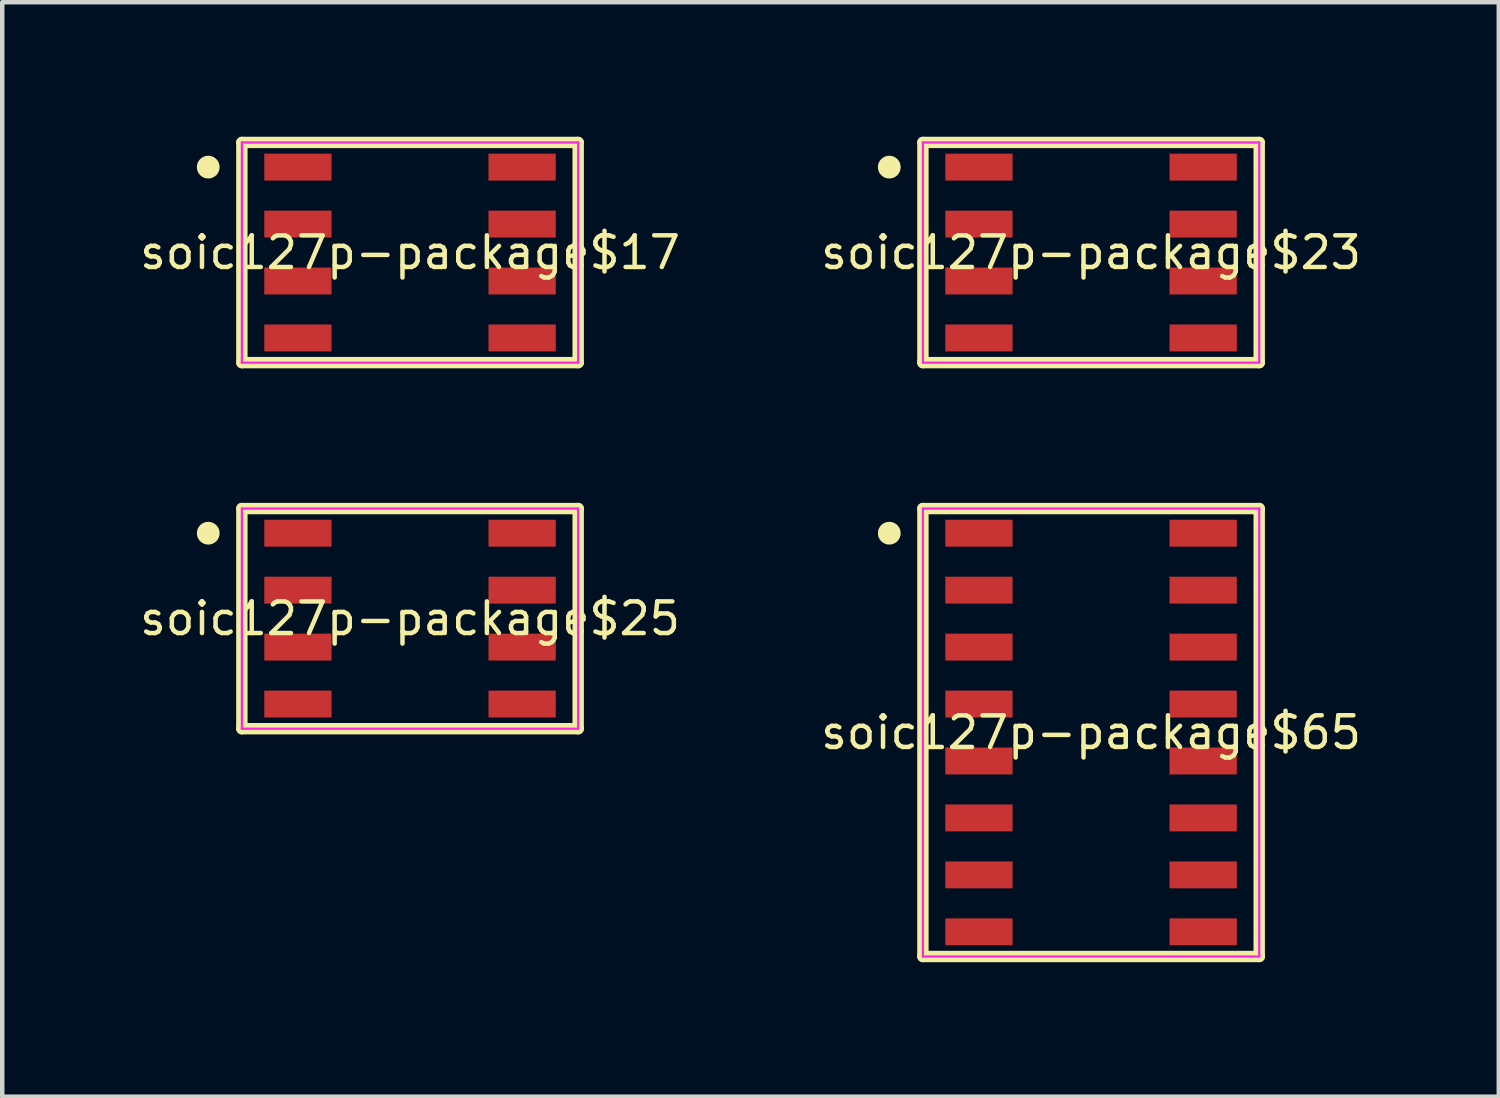
<source format=kicad_pcb>
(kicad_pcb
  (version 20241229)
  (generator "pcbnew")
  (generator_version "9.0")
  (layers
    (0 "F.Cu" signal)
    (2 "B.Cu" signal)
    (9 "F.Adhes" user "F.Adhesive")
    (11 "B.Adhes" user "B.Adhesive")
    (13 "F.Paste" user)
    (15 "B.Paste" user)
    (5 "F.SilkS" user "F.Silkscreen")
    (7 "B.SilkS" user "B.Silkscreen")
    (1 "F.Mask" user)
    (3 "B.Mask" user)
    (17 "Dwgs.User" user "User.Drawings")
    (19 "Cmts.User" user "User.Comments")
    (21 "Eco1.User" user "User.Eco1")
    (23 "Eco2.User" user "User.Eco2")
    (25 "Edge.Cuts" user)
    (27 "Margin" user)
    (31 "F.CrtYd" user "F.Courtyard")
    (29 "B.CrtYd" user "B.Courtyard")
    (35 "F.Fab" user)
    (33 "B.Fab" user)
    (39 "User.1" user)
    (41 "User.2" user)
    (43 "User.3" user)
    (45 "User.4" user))
  (footprint "soic127p-package$25"
    (layer "F.Cu")
    (at 6.094 10.746)
    (property "Reference" "soic127p-package$25" (at 0 0 0) (layer "F.SilkS") (effects (font (size 0.706 0.706) (thickness 0.1))))
    (attr through_hole)
    (fp_poly (pts (xy -3.25 -2.205) (xy -3.25 -1.605) (xy -1.75 -1.605) (xy -1.75 -2.205)) (stroke (width 0) (type solid)) (fill yes) (layer "F.Mask"))
    (fp_poly (pts (xy -3.25 -0.935) (xy -3.25 -0.335) (xy -1.75 -0.335) (xy -1.75 -0.935)) (stroke (width 0) (type solid)) (fill yes) (layer "F.Mask"))
    (fp_poly (pts (xy -3.25 0.335) (xy -3.25 0.935) (xy -1.75 0.935) (xy -1.75 0.335)) (stroke (width 0) (type solid)) (fill yes) (layer "F.Mask"))
    (fp_poly (pts (xy -3.25 1.605) (xy -3.25 2.205) (xy -1.75 2.205) (xy -1.75 1.605)) (stroke (width 0) (type solid)) (fill yes) (layer "F.Mask"))
    (fp_poly (pts (xy 3.25 -1.605) (xy 3.25 -2.205) (xy 1.75 -2.205) (xy 1.75 -1.605)) (stroke (width 0) (type solid)) (fill yes) (layer "F.Mask"))
    (fp_poly (pts (xy 3.25 -0.335) (xy 3.25 -0.935) (xy 1.75 -0.935) (xy 1.75 -0.335)) (stroke (width 0) (type solid)) (fill yes) (layer "F.Mask"))
    (fp_poly (pts (xy 3.25 0.935) (xy 3.25 0.335) (xy 1.75 0.335) (xy 1.75 0.935)) (stroke (width 0) (type solid)) (fill yes) (layer "F.Mask"))
    (fp_poly (pts (xy 3.25 2.205) (xy 3.25 1.605) (xy 1.75 1.605) (xy 1.75 2.205)) (stroke (width 0) (type solid)) (fill yes) (layer "F.Mask"))
    (fp_line (start -3.75 -2.455) (end -3.75 2.455) (stroke (width 0.254) (type solid)) (layer "F.SilkS"))
    (fp_line (start -3.75 2.455) (end 3.75 2.455) (stroke (width 0.254) (type solid)) (layer "F.SilkS"))
    (fp_line (start 3.75 -2.455) (end -3.75 -2.455) (stroke (width 0.254) (type solid)) (layer "F.SilkS"))
    (fp_line (start 3.75 2.455) (end 3.75 -2.455) (stroke (width 0.254) (type solid)) (layer "F.SilkS"))
    (fp_poly (pts (xy -4.246 -1.905) (xy -4.251 -1.955) (xy -4.265 -2.002) (xy -4.289 -2.046) (xy -4.32 -2.085) (xy -4.359 -2.116) (xy -4.403 -2.14) (xy -4.45 -2.154) (xy -4.5 -2.159) (xy -4.55 -2.154) (xy -4.597 -2.14) (xy -4.641 -2.116) (xy -4.68 -2.085) (xy -4.711 -2.046) (xy -4.735 -2.002) (xy -4.749 -1.955) (xy -4.754 -1.905) (xy -4.749 -1.855) (xy -4.735 -1.808) (xy -4.711 -1.764) (xy -4.68 -1.725) (xy -4.641 -1.694) (xy -4.597 -1.67) (xy -4.55 -1.656) (xy -4.5 -1.651) (xy -4.45 -1.656) (xy -4.403 -1.67) (xy -4.359 -1.694) (xy -4.32 -1.725) (xy -4.289 -1.764) (xy -4.265 -1.808) (xy -4.251 -1.855)) (stroke (width 0) (type solid)) (fill yes) (layer "F.SilkS"))
    (fp_poly (pts (xy -3.25 -2.205) (xy -3.25 -1.605) (xy -1.75 -1.605) (xy -1.75 -2.205)) (stroke (width 0) (type solid)) (fill yes) (layer "F.Paste"))
    (fp_poly (pts (xy -3.25 -0.935) (xy -3.25 -0.335) (xy -1.75 -0.335) (xy -1.75 -0.935)) (stroke (width 0) (type solid)) (fill yes) (layer "F.Paste"))
    (fp_poly (pts (xy -3.25 0.335) (xy -3.25 0.935) (xy -1.75 0.935) (xy -1.75 0.335)) (stroke (width 0) (type solid)) (fill yes) (layer "F.Paste"))
    (fp_poly (pts (xy -3.25 1.605) (xy -3.25 2.205) (xy -1.75 2.205) (xy -1.75 1.605)) (stroke (width 0) (type solid)) (fill yes) (layer "F.Paste"))
    (fp_poly (pts (xy 3.25 -1.605) (xy 3.25 -2.205) (xy 1.75 -2.205) (xy 1.75 -1.605)) (stroke (width 0) (type solid)) (fill yes) (layer "F.Paste"))
    (fp_poly (pts (xy 3.25 -0.335) (xy 3.25 -0.935) (xy 1.75 -0.935) (xy 1.75 -0.335)) (stroke (width 0) (type solid)) (fill yes) (layer "F.Paste"))
    (fp_poly (pts (xy 3.25 0.935) (xy 3.25 0.335) (xy 1.75 0.335) (xy 1.75 0.935)) (stroke (width 0) (type solid)) (fill yes) (layer "F.Paste"))
    (fp_poly (pts (xy 3.25 2.205) (xy 3.25 1.605) (xy 1.75 1.605) (xy 1.75 2.205)) (stroke (width 0) (type solid)) (fill yes) (layer "F.Paste"))
    (fp_line (start -3.75 -2.455) (end -3.75 2.455) (stroke (width 0.05) (type solid)) (layer "F.CrtYd"))
    (fp_line (start -3.75 2.455) (end 3.75 2.455) (stroke (width 0.05) (type solid)) (layer "F.CrtYd"))
    (fp_line (start 3.75 -2.455) (end -3.75 -2.455) (stroke (width 0.05) (type solid)) (layer "F.CrtYd"))
    (fp_line (start 3.75 2.455) (end 3.75 -2.455) (stroke (width 0.05) (type solid)) (layer "F.CrtYd"))
    (pad "1" smd rect (at -2.5 -1.905 270) (size 0.6 1.5) (layers "F.Cu"))
    (pad "2" smd rect (at -2.5 -0.635 270) (size 0.6 1.5) (layers "F.Cu"))
    (pad "3" smd rect (at -2.5 0.635 270) (size 0.6 1.5) (layers "F.Cu"))
    (pad "4" smd rect (at -2.5 1.905 270) (size 0.6 1.5) (layers "F.Cu"))
    (pad "5" smd rect (at 2.5 1.905 90) (size 0.6 1.5) (layers "F.Cu"))
    (pad "6" smd rect (at 2.5 0.635 90) (size 0.6 1.5) (layers "F.Cu"))
    (pad "7" smd rect (at 2.5 -0.635 90) (size 0.6 1.5) (layers "F.Cu"))
    (pad "8" smd rect (at 2.5 -1.905 90) (size 0.6 1.5) (layers "F.Cu")))
  (footprint "soic127p-package$17"
    (layer "F.Cu")
    (at 6.094 2.582)
    (property "Reference" "soic127p-package$17" (at 0 0 0) (layer "F.SilkS") (effects (font (size 0.706 0.706) (thickness 0.1))))
    (attr through_hole)
    (fp_poly (pts (xy -3.25 -2.205) (xy -3.25 -1.605) (xy -1.75 -1.605) (xy -1.75 -2.205)) (stroke (width 0) (type solid)) (fill yes) (layer "F.Mask"))
    (fp_poly (pts (xy -3.25 -0.935) (xy -3.25 -0.335) (xy -1.75 -0.335) (xy -1.75 -0.935)) (stroke (width 0) (type solid)) (fill yes) (layer "F.Mask"))
    (fp_poly (pts (xy -3.25 0.335) (xy -3.25 0.935) (xy -1.75 0.935) (xy -1.75 0.335)) (stroke (width 0) (type solid)) (fill yes) (layer "F.Mask"))
    (fp_poly (pts (xy -3.25 1.605) (xy -3.25 2.205) (xy -1.75 2.205) (xy -1.75 1.605)) (stroke (width 0) (type solid)) (fill yes) (layer "F.Mask"))
    (fp_poly (pts (xy 3.25 -1.605) (xy 3.25 -2.205) (xy 1.75 -2.205) (xy 1.75 -1.605)) (stroke (width 0) (type solid)) (fill yes) (layer "F.Mask"))
    (fp_poly (pts (xy 3.25 -0.335) (xy 3.25 -0.935) (xy 1.75 -0.935) (xy 1.75 -0.335)) (stroke (width 0) (type solid)) (fill yes) (layer "F.Mask"))
    (fp_poly (pts (xy 3.25 0.935) (xy 3.25 0.335) (xy 1.75 0.335) (xy 1.75 0.935)) (stroke (width 0) (type solid)) (fill yes) (layer "F.Mask"))
    (fp_poly (pts (xy 3.25 2.205) (xy 3.25 1.605) (xy 1.75 1.605) (xy 1.75 2.205)) (stroke (width 0) (type solid)) (fill yes) (layer "F.Mask"))
    (fp_line (start -3.75 -2.455) (end -3.75 2.455) (stroke (width 0.254) (type solid)) (layer "F.SilkS"))
    (fp_line (start -3.75 2.455) (end 3.75 2.455) (stroke (width 0.254) (type solid)) (layer "F.SilkS"))
    (fp_line (start 3.75 -2.455) (end -3.75 -2.455) (stroke (width 0.254) (type solid)) (layer "F.SilkS"))
    (fp_line (start 3.75 2.455) (end 3.75 -2.455) (stroke (width 0.254) (type solid)) (layer "F.SilkS"))
    (fp_poly (pts (xy -4.246 -1.905) (xy -4.251 -1.955) (xy -4.265 -2.002) (xy -4.289 -2.046) (xy -4.32 -2.085) (xy -4.359 -2.116) (xy -4.403 -2.14) (xy -4.45 -2.154) (xy -4.5 -2.159) (xy -4.55 -2.154) (xy -4.597 -2.14) (xy -4.641 -2.116) (xy -4.68 -2.085) (xy -4.711 -2.046) (xy -4.735 -2.002) (xy -4.749 -1.955) (xy -4.754 -1.905) (xy -4.749 -1.855) (xy -4.735 -1.808) (xy -4.711 -1.764) (xy -4.68 -1.725) (xy -4.641 -1.694) (xy -4.597 -1.67) (xy -4.55 -1.656) (xy -4.5 -1.651) (xy -4.45 -1.656) (xy -4.403 -1.67) (xy -4.359 -1.694) (xy -4.32 -1.725) (xy -4.289 -1.764) (xy -4.265 -1.808) (xy -4.251 -1.855)) (stroke (width 0) (type solid)) (fill yes) (layer "F.SilkS"))
    (fp_poly (pts (xy -3.25 -2.205) (xy -3.25 -1.605) (xy -1.75 -1.605) (xy -1.75 -2.205)) (stroke (width 0) (type solid)) (fill yes) (layer "F.Paste"))
    (fp_poly (pts (xy -3.25 -0.935) (xy -3.25 -0.335) (xy -1.75 -0.335) (xy -1.75 -0.935)) (stroke (width 0) (type solid)) (fill yes) (layer "F.Paste"))
    (fp_poly (pts (xy -3.25 0.335) (xy -3.25 0.935) (xy -1.75 0.935) (xy -1.75 0.335)) (stroke (width 0) (type solid)) (fill yes) (layer "F.Paste"))
    (fp_poly (pts (xy -3.25 1.605) (xy -3.25 2.205) (xy -1.75 2.205) (xy -1.75 1.605)) (stroke (width 0) (type solid)) (fill yes) (layer "F.Paste"))
    (fp_poly (pts (xy 3.25 -1.605) (xy 3.25 -2.205) (xy 1.75 -2.205) (xy 1.75 -1.605)) (stroke (width 0) (type solid)) (fill yes) (layer "F.Paste"))
    (fp_poly (pts (xy 3.25 -0.335) (xy 3.25 -0.935) (xy 1.75 -0.935) (xy 1.75 -0.335)) (stroke (width 0) (type solid)) (fill yes) (layer "F.Paste"))
    (fp_poly (pts (xy 3.25 0.935) (xy 3.25 0.335) (xy 1.75 0.335) (xy 1.75 0.935)) (stroke (width 0) (type solid)) (fill yes) (layer "F.Paste"))
    (fp_poly (pts (xy 3.25 2.205) (xy 3.25 1.605) (xy 1.75 1.605) (xy 1.75 2.205)) (stroke (width 0) (type solid)) (fill yes) (layer "F.Paste"))
    (fp_line (start -3.75 -2.455) (end -3.75 2.455) (stroke (width 0.05) (type solid)) (layer "F.CrtYd"))
    (fp_line (start -3.75 2.455) (end 3.75 2.455) (stroke (width 0.05) (type solid)) (layer "F.CrtYd"))
    (fp_line (start 3.75 -2.455) (end -3.75 -2.455) (stroke (width 0.05) (type solid)) (layer "F.CrtYd"))
    (fp_line (start 3.75 2.455) (end 3.75 -2.455) (stroke (width 0.05) (type solid)) (layer "F.CrtYd"))
    (pad "1" smd rect (at -2.5 -1.905 270) (size 0.6 1.5) (layers "F.Cu"))
    (pad "2" smd rect (at -2.5 -0.635 270) (size 0.6 1.5) (layers "F.Cu"))
    (pad "3" smd rect (at -2.5 0.635 270) (size 0.6 1.5) (layers "F.Cu"))
    (pad "4" smd rect (at -2.5 1.905 270) (size 0.6 1.5) (layers "F.Cu"))
    (pad "5" smd rect (at 2.5 1.905 90) (size 0.6 1.5) (layers "F.Cu"))
    (pad "6" smd rect (at 2.5 0.635 90) (size 0.6 1.5) (layers "F.Cu"))
    (pad "7" smd rect (at 2.5 -0.635 90) (size 0.6 1.5) (layers "F.Cu"))
    (pad "8" smd rect (at 2.5 -1.905 90) (size 0.6 1.5) (layers "F.Cu")))
  (footprint "soic127p-package$65"
    (layer "F.Cu")
    (at 21.282 13.286)
    (property "Reference" "soic127p-package$65" (at 0 0 0) (layer "F.SilkS") (effects (font (size 0.706 0.706) (thickness 0.1))))
    (attr through_hole)
    (fp_poly (pts (xy -3.25 -4.745) (xy -3.25 -4.145) (xy -1.75 -4.145) (xy -1.75 -4.745)) (stroke (width 0) (type solid)) (fill yes) (layer "F.Mask"))
    (fp_poly (pts (xy -3.25 -3.475) (xy -3.25 -2.875) (xy -1.75 -2.875) (xy -1.75 -3.475)) (stroke (width 0) (type solid)) (fill yes) (layer "F.Mask"))
    (fp_poly (pts (xy -3.25 -2.205) (xy -3.25 -1.605) (xy -1.75 -1.605) (xy -1.75 -2.205)) (stroke (width 0) (type solid)) (fill yes) (layer "F.Mask"))
    (fp_poly (pts (xy -3.25 -0.935) (xy -3.25 -0.335) (xy -1.75 -0.335) (xy -1.75 -0.935)) (stroke (width 0) (type solid)) (fill yes) (layer "F.Mask"))
    (fp_poly (pts (xy -3.25 0.335) (xy -3.25 0.935) (xy -1.75 0.935) (xy -1.75 0.335)) (stroke (width 0) (type solid)) (fill yes) (layer "F.Mask"))
    (fp_poly (pts (xy -3.25 1.605) (xy -3.25 2.205) (xy -1.75 2.205) (xy -1.75 1.605)) (stroke (width 0) (type solid)) (fill yes) (layer "F.Mask"))
    (fp_poly (pts (xy -3.25 2.875) (xy -3.25 3.475) (xy -1.75 3.475) (xy -1.75 2.875)) (stroke (width 0) (type solid)) (fill yes) (layer "F.Mask"))
    (fp_poly (pts (xy -3.25 4.145) (xy -3.25 4.745) (xy -1.75 4.745) (xy -1.75 4.145)) (stroke (width 0) (type solid)) (fill yes) (layer "F.Mask"))
    (fp_poly (pts (xy 3.25 -4.145) (xy 3.25 -4.745) (xy 1.75 -4.745) (xy 1.75 -4.145)) (stroke (width 0) (type solid)) (fill yes) (layer "F.Mask"))
    (fp_poly (pts (xy 3.25 -2.875) (xy 3.25 -3.475) (xy 1.75 -3.475) (xy 1.75 -2.875)) (stroke (width 0) (type solid)) (fill yes) (layer "F.Mask"))
    (fp_poly (pts (xy 3.25 -1.605) (xy 3.25 -2.205) (xy 1.75 -2.205) (xy 1.75 -1.605)) (stroke (width 0) (type solid)) (fill yes) (layer "F.Mask"))
    (fp_poly (pts (xy 3.25 -0.335) (xy 3.25 -0.935) (xy 1.75 -0.935) (xy 1.75 -0.335)) (stroke (width 0) (type solid)) (fill yes) (layer "F.Mask"))
    (fp_poly (pts (xy 3.25 0.935) (xy 3.25 0.335) (xy 1.75 0.335) (xy 1.75 0.935)) (stroke (width 0) (type solid)) (fill yes) (layer "F.Mask"))
    (fp_poly (pts (xy 3.25 2.205) (xy 3.25 1.605) (xy 1.75 1.605) (xy 1.75 2.205)) (stroke (width 0) (type solid)) (fill yes) (layer "F.Mask"))
    (fp_poly (pts (xy 3.25 3.475) (xy 3.25 2.875) (xy 1.75 2.875) (xy 1.75 3.475)) (stroke (width 0) (type solid)) (fill yes) (layer "F.Mask"))
    (fp_poly (pts (xy 3.25 4.745) (xy 3.25 4.145) (xy 1.75 4.145) (xy 1.75 4.745)) (stroke (width 0) (type solid)) (fill yes) (layer "F.Mask"))
    (fp_line (start -3.75 -4.995) (end -3.75 4.995) (stroke (width 0.254) (type solid)) (layer "F.SilkS"))
    (fp_line (start -3.75 4.995) (end 3.75 4.995) (stroke (width 0.254) (type solid)) (layer "F.SilkS"))
    (fp_line (start 3.75 -4.995) (end -3.75 -4.995) (stroke (width 0.254) (type solid)) (layer "F.SilkS"))
    (fp_line (start 3.75 4.995) (end 3.75 -4.995) (stroke (width 0.254) (type solid)) (layer "F.SilkS"))
    (fp_poly (pts (xy -4.246 -4.445) (xy -4.251 -4.495) (xy -4.265 -4.542) (xy -4.289 -4.586) (xy -4.32 -4.625) (xy -4.359 -4.656) (xy -4.403 -4.68) (xy -4.45 -4.694) (xy -4.5 -4.699) (xy -4.55 -4.694) (xy -4.597 -4.68) (xy -4.641 -4.656) (xy -4.68 -4.625) (xy -4.711 -4.586) (xy -4.735 -4.542) (xy -4.749 -4.495) (xy -4.754 -4.445) (xy -4.749 -4.395) (xy -4.735 -4.348) (xy -4.711 -4.304) (xy -4.68 -4.265) (xy -4.641 -4.234) (xy -4.597 -4.21) (xy -4.55 -4.196) (xy -4.5 -4.191) (xy -4.45 -4.196) (xy -4.403 -4.21) (xy -4.359 -4.234) (xy -4.32 -4.265) (xy -4.289 -4.304) (xy -4.265 -4.348) (xy -4.251 -4.395)) (stroke (width 0) (type solid)) (fill yes) (layer "F.SilkS"))
    (fp_poly (pts (xy -3.25 -4.745) (xy -3.25 -4.145) (xy -1.75 -4.145) (xy -1.75 -4.745)) (stroke (width 0) (type solid)) (fill yes) (layer "F.Paste"))
    (fp_poly (pts (xy -3.25 -3.475) (xy -3.25 -2.875) (xy -1.75 -2.875) (xy -1.75 -3.475)) (stroke (width 0) (type solid)) (fill yes) (layer "F.Paste"))
    (fp_poly (pts (xy -3.25 -2.205) (xy -3.25 -1.605) (xy -1.75 -1.605) (xy -1.75 -2.205)) (stroke (width 0) (type solid)) (fill yes) (layer "F.Paste"))
    (fp_poly (pts (xy -3.25 -0.935) (xy -3.25 -0.335) (xy -1.75 -0.335) (xy -1.75 -0.935)) (stroke (width 0) (type solid)) (fill yes) (layer "F.Paste"))
    (fp_poly (pts (xy -3.25 0.335) (xy -3.25 0.935) (xy -1.75 0.935) (xy -1.75 0.335)) (stroke (width 0) (type solid)) (fill yes) (layer "F.Paste"))
    (fp_poly (pts (xy -3.25 1.605) (xy -3.25 2.205) (xy -1.75 2.205) (xy -1.75 1.605)) (stroke (width 0) (type solid)) (fill yes) (layer "F.Paste"))
    (fp_poly (pts (xy -3.25 2.875) (xy -3.25 3.475) (xy -1.75 3.475) (xy -1.75 2.875)) (stroke (width 0) (type solid)) (fill yes) (layer "F.Paste"))
    (fp_poly (pts (xy -3.25 4.145) (xy -3.25 4.745) (xy -1.75 4.745) (xy -1.75 4.145)) (stroke (width 0) (type solid)) (fill yes) (layer "F.Paste"))
    (fp_poly (pts (xy 3.25 -4.145) (xy 3.25 -4.745) (xy 1.75 -4.745) (xy 1.75 -4.145)) (stroke (width 0) (type solid)) (fill yes) (layer "F.Paste"))
    (fp_poly (pts (xy 3.25 -2.875) (xy 3.25 -3.475) (xy 1.75 -3.475) (xy 1.75 -2.875)) (stroke (width 0) (type solid)) (fill yes) (layer "F.Paste"))
    (fp_poly (pts (xy 3.25 -1.605) (xy 3.25 -2.205) (xy 1.75 -2.205) (xy 1.75 -1.605)) (stroke (width 0) (type solid)) (fill yes) (layer "F.Paste"))
    (fp_poly (pts (xy 3.25 -0.335) (xy 3.25 -0.935) (xy 1.75 -0.935) (xy 1.75 -0.335)) (stroke (width 0) (type solid)) (fill yes) (layer "F.Paste"))
    (fp_poly (pts (xy 3.25 0.935) (xy 3.25 0.335) (xy 1.75 0.335) (xy 1.75 0.935)) (stroke (width 0) (type solid)) (fill yes) (layer "F.Paste"))
    (fp_poly (pts (xy 3.25 2.205) (xy 3.25 1.605) (xy 1.75 1.605) (xy 1.75 2.205)) (stroke (width 0) (type solid)) (fill yes) (layer "F.Paste"))
    (fp_poly (pts (xy 3.25 3.475) (xy 3.25 2.875) (xy 1.75 2.875) (xy 1.75 3.475)) (stroke (width 0) (type solid)) (fill yes) (layer "F.Paste"))
    (fp_poly (pts (xy 3.25 4.745) (xy 3.25 4.145) (xy 1.75 4.145) (xy 1.75 4.745)) (stroke (width 0) (type solid)) (fill yes) (layer "F.Paste"))
    (fp_line (start -3.75 -4.995) (end -3.75 4.995) (stroke (width 0.05) (type solid)) (layer "F.CrtYd"))
    (fp_line (start -3.75 4.995) (end 3.75 4.995) (stroke (width 0.05) (type solid)) (layer "F.CrtYd"))
    (fp_line (start 3.75 -4.995) (end -3.75 -4.995) (stroke (width 0.05) (type solid)) (layer "F.CrtYd"))
    (fp_line (start 3.75 4.995) (end 3.75 -4.995) (stroke (width 0.05) (type solid)) (layer "F.CrtYd"))
    (pad "1" smd rect (at -2.5 -4.445 270) (size 0.6 1.5) (layers "F.Cu"))
    (pad "2" smd rect (at -2.5 -3.175 270) (size 0.6 1.5) (layers "F.Cu"))
    (pad "3" smd rect (at -2.5 -1.905 270) (size 0.6 1.5) (layers "F.Cu"))
    (pad "4" smd rect (at -2.5 -0.635 270) (size 0.6 1.5) (layers "F.Cu"))
    (pad "5" smd rect (at -2.5 0.635 270) (size 0.6 1.5) (layers "F.Cu"))
    (pad "6" smd rect (at -2.5 1.905 270) (size 0.6 1.5) (layers "F.Cu"))
    (pad "7" smd rect (at -2.5 3.175 270) (size 0.6 1.5) (layers "F.Cu"))
    (pad "8" smd rect (at -2.5 4.445 270) (size 0.6 1.5) (layers "F.Cu"))
    (pad "9" smd rect (at 2.5 4.445 90) (size 0.6 1.5) (layers "F.Cu"))
    (pad "10" smd rect (at 2.5 3.175 90) (size 0.6 1.5) (layers "F.Cu"))
    (pad "11" smd rect (at 2.5 1.905 90) (size 0.6 1.5) (layers "F.Cu"))
    (pad "12" smd rect (at 2.5 0.635 90) (size 0.6 1.5) (layers "F.Cu"))
    (pad "13" smd rect (at 2.5 -0.635 90) (size 0.6 1.5) (layers "F.Cu"))
    (pad "14" smd rect (at 2.5 -1.905 90) (size 0.6 1.5) (layers "F.Cu"))
    (pad "15" smd rect (at 2.5 -3.175 90) (size 0.6 1.5) (layers "F.Cu"))
    (pad "16" smd rect (at 2.5 -4.445 90) (size 0.6 1.5) (layers "F.Cu")))
  (footprint "soic127p-package$23"
    (layer "F.Cu")
    (at 21.282 2.582)
    (property "Reference" "soic127p-package$23" (at 0 0 0) (layer "F.SilkS") (effects (font (size 0.706 0.706) (thickness 0.1))))
    (attr through_hole)
    (fp_poly (pts (xy -3.25 -2.205) (xy -3.25 -1.605) (xy -1.75 -1.605) (xy -1.75 -2.205)) (stroke (width 0) (type solid)) (fill yes) (layer "F.Mask"))
    (fp_poly (pts (xy -3.25 -0.935) (xy -3.25 -0.335) (xy -1.75 -0.335) (xy -1.75 -0.935)) (stroke (width 0) (type solid)) (fill yes) (layer "F.Mask"))
    (fp_poly (pts (xy -3.25 0.335) (xy -3.25 0.935) (xy -1.75 0.935) (xy -1.75 0.335)) (stroke (width 0) (type solid)) (fill yes) (layer "F.Mask"))
    (fp_poly (pts (xy -3.25 1.605) (xy -3.25 2.205) (xy -1.75 2.205) (xy -1.75 1.605)) (stroke (width 0) (type solid)) (fill yes) (layer "F.Mask"))
    (fp_poly (pts (xy 3.25 -1.605) (xy 3.25 -2.205) (xy 1.75 -2.205) (xy 1.75 -1.605)) (stroke (width 0) (type solid)) (fill yes) (layer "F.Mask"))
    (fp_poly (pts (xy 3.25 -0.335) (xy 3.25 -0.935) (xy 1.75 -0.935) (xy 1.75 -0.335)) (stroke (width 0) (type solid)) (fill yes) (layer "F.Mask"))
    (fp_poly (pts (xy 3.25 0.935) (xy 3.25 0.335) (xy 1.75 0.335) (xy 1.75 0.935)) (stroke (width 0) (type solid)) (fill yes) (layer "F.Mask"))
    (fp_poly (pts (xy 3.25 2.205) (xy 3.25 1.605) (xy 1.75 1.605) (xy 1.75 2.205)) (stroke (width 0) (type solid)) (fill yes) (layer "F.Mask"))
    (fp_line (start -3.75 -2.455) (end -3.75 2.455) (stroke (width 0.254) (type solid)) (layer "F.SilkS"))
    (fp_line (start -3.75 2.455) (end 3.75 2.455) (stroke (width 0.254) (type solid)) (layer "F.SilkS"))
    (fp_line (start 3.75 -2.455) (end -3.75 -2.455) (stroke (width 0.254) (type solid)) (layer "F.SilkS"))
    (fp_line (start 3.75 2.455) (end 3.75 -2.455) (stroke (width 0.254) (type solid)) (layer "F.SilkS"))
    (fp_poly (pts (xy -4.246 -1.905) (xy -4.251 -1.955) (xy -4.265 -2.002) (xy -4.289 -2.046) (xy -4.32 -2.085) (xy -4.359 -2.116) (xy -4.403 -2.14) (xy -4.45 -2.154) (xy -4.5 -2.159) (xy -4.55 -2.154) (xy -4.597 -2.14) (xy -4.641 -2.116) (xy -4.68 -2.085) (xy -4.711 -2.046) (xy -4.735 -2.002) (xy -4.749 -1.955) (xy -4.754 -1.905) (xy -4.749 -1.855) (xy -4.735 -1.808) (xy -4.711 -1.764) (xy -4.68 -1.725) (xy -4.641 -1.694) (xy -4.597 -1.67) (xy -4.55 -1.656) (xy -4.5 -1.651) (xy -4.45 -1.656) (xy -4.403 -1.67) (xy -4.359 -1.694) (xy -4.32 -1.725) (xy -4.289 -1.764) (xy -4.265 -1.808) (xy -4.251 -1.855)) (stroke (width 0) (type solid)) (fill yes) (layer "F.SilkS"))
    (fp_poly (pts (xy -3.25 -2.205) (xy -3.25 -1.605) (xy -1.75 -1.605) (xy -1.75 -2.205)) (stroke (width 0) (type solid)) (fill yes) (layer "F.Paste"))
    (fp_poly (pts (xy -3.25 -0.935) (xy -3.25 -0.335) (xy -1.75 -0.335) (xy -1.75 -0.935)) (stroke (width 0) (type solid)) (fill yes) (layer "F.Paste"))
    (fp_poly (pts (xy -3.25 0.335) (xy -3.25 0.935) (xy -1.75 0.935) (xy -1.75 0.335)) (stroke (width 0) (type solid)) (fill yes) (layer "F.Paste"))
    (fp_poly (pts (xy -3.25 1.605) (xy -3.25 2.205) (xy -1.75 2.205) (xy -1.75 1.605)) (stroke (width 0) (type solid)) (fill yes) (layer "F.Paste"))
    (fp_poly (pts (xy 3.25 -1.605) (xy 3.25 -2.205) (xy 1.75 -2.205) (xy 1.75 -1.605)) (stroke (width 0) (type solid)) (fill yes) (layer "F.Paste"))
    (fp_poly (pts (xy 3.25 -0.335) (xy 3.25 -0.935) (xy 1.75 -0.935) (xy 1.75 -0.335)) (stroke (width 0) (type solid)) (fill yes) (layer "F.Paste"))
    (fp_poly (pts (xy 3.25 0.935) (xy 3.25 0.335) (xy 1.75 0.335) (xy 1.75 0.935)) (stroke (width 0) (type solid)) (fill yes) (layer "F.Paste"))
    (fp_poly (pts (xy 3.25 2.205) (xy 3.25 1.605) (xy 1.75 1.605) (xy 1.75 2.205)) (stroke (width 0) (type solid)) (fill yes) (layer "F.Paste"))
    (fp_line (start -3.75 -2.455) (end -3.75 2.455) (stroke (width 0.05) (type solid)) (layer "F.CrtYd"))
    (fp_line (start -3.75 2.455) (end 3.75 2.455) (stroke (width 0.05) (type solid)) (layer "F.CrtYd"))
    (fp_line (start 3.75 -2.455) (end -3.75 -2.455) (stroke (width 0.05) (type solid)) (layer "F.CrtYd"))
    (fp_line (start 3.75 2.455) (end 3.75 -2.455) (stroke (width 0.05) (type solid)) (layer "F.CrtYd"))
    (pad "1" smd rect (at -2.5 -1.905 270) (size 0.6 1.5) (layers "F.Cu"))
    (pad "2" smd rect (at -2.5 -0.635 270) (size 0.6 1.5) (layers "F.Cu"))
    (pad "3" smd rect (at -2.5 0.635 270) (size 0.6 1.5) (layers "F.Cu"))
    (pad "4" smd rect (at -2.5 1.905 270) (size 0.6 1.5) (layers "F.Cu"))
    (pad "5" smd rect (at 2.5 1.905 90) (size 0.6 1.5) (layers "F.Cu"))
    (pad "6" smd rect (at 2.5 0.635 90) (size 0.6 1.5) (layers "F.Cu"))
    (pad "7" smd rect (at 2.5 -0.635 90) (size 0.6 1.5) (layers "F.Cu"))
    (pad "8" smd rect (at 2.5 -1.905 90) (size 0.6 1.5) (layers "F.Cu")))
  (gr_rect
    (start -3 -3)
    (end 30.375 21.408)
    (stroke (width 0.1) (type default))
    (fill no)
    (layer "Edge.Cuts")))
</source>
